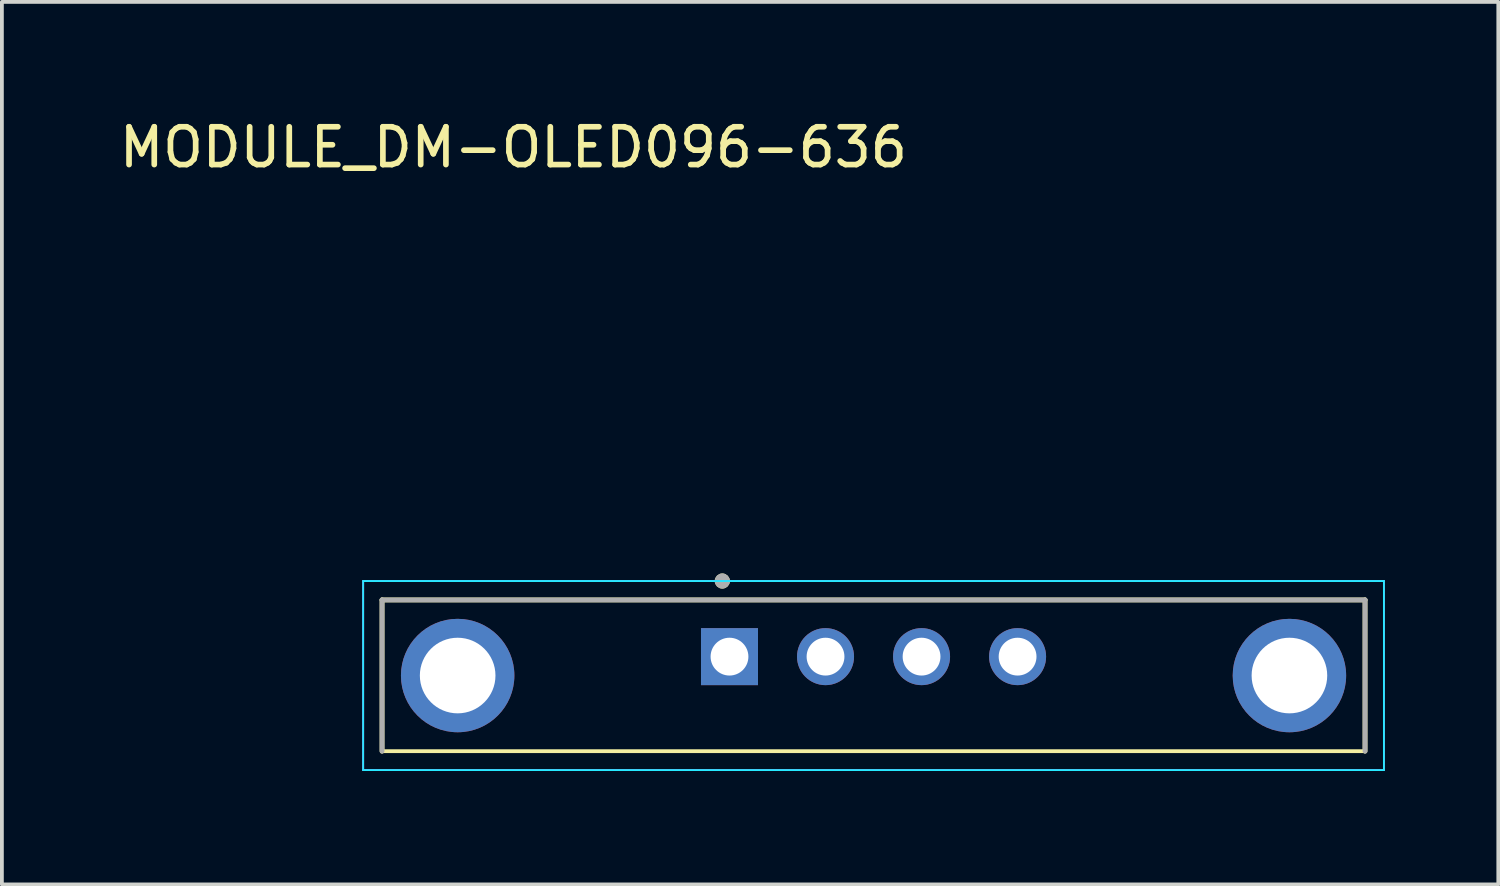
<source format=kicad_pcb>
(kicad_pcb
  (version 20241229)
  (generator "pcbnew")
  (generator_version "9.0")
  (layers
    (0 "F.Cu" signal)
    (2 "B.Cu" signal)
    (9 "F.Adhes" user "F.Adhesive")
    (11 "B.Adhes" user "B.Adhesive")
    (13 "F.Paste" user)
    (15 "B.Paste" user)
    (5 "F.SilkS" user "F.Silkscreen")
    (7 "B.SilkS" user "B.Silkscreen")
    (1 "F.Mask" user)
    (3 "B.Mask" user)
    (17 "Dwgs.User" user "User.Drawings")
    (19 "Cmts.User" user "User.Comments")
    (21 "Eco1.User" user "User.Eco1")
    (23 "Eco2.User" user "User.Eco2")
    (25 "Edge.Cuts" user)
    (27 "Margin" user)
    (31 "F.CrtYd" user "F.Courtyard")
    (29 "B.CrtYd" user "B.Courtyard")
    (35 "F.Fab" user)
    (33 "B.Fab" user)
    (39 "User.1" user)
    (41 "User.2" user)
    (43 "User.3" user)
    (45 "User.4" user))
  (footprint "MODULE_DM-OLED096-636"
    (layer "F.Cu")
    (at 20.055 14.818)
    (property "Reference" "MODULE_DM-OLED096-636" (at -9.525 -13.97 0) (layer "F.SilkS") (effects (font (size 1 1) (thickness 0.15))))
    (attr through_hole)
    (fp_line (start -13 -2) (end 13 -2) (stroke (width 0.127) (type solid)) (layer "F.SilkS"))
    (fp_line (start -13 2) (end -13 -2) (stroke (width 0.127) (type solid)) (layer "F.SilkS"))
    (fp_line (start -13 2) (end 13 2) (stroke (width 0.1) (type default)) (layer "F.SilkS"))
    (fp_line (start 13 -2) (end 13 2) (stroke (width 0.127) (type solid)) (layer "F.SilkS"))
    (fp_circle (center -4 -2.5) (end -3.9 -2.5) (stroke (width 0.2) (type solid)) (fill no) (layer "F.SilkS"))
    (fp_line (start -13.5 -2.5) (end -13.5 2.5) (stroke (width 0.05) (type default)) (layer "B.CrtYd"))
    (fp_line (start -13.5 -2.5) (end 13.5 -2.5) (stroke (width 0.05) (type default)) (layer "B.CrtYd"))
    (fp_line (start 13.5 -2.5) (end 13.5 2.5) (stroke (width 0.05) (type default)) (layer "B.CrtYd"))
    (fp_line (start 13.5 2.5) (end -13.5 2.5) (stroke (width 0.05) (type default)) (layer "B.CrtYd"))
    (fp_line (start -13.5 -2.5) (end -13.5 2.5) (stroke (width 0.05) (type default)) (layer "F.CrtYd"))
    (fp_line (start -13.5 2.5) (end 13.5 2.5) (stroke (width 0.05) (type default)) (layer "F.CrtYd"))
    (fp_line (start 13.5 -2.5) (end -13.5 -2.5) (stroke (width 0.05) (type default)) (layer "F.CrtYd"))
    (fp_line (start 13.5 -2.5) (end 13.5 2.5) (stroke (width 0.05) (type default)) (layer "F.CrtYd"))
    (fp_line (start -13 -2) (end 13 -2) (stroke (width 0.127) (type solid)) (layer "F.Fab"))
    (fp_line (start -13 2) (end -13 -2) (stroke (width 0.127) (type solid)) (layer "F.Fab"))
    (fp_line (start 13 -2) (end 13 2) (stroke (width 0.127) (type solid)) (layer "F.Fab"))
    (fp_circle (center -4 -2.5) (end -3.9 -2.5) (stroke (width 0.2) (type solid)) (fill no) (layer "F.Fab"))
    (pad "1" thru_hole rect (at -3.81 -0.5) (size 1.508 1.508) (drill 1) (layers "*.Cu" "*.Mask"))
    (pad "2" thru_hole circle (at -1.27 -0.5) (size 1.508 1.508) (drill 1) (layers "*.Cu" "*.Mask"))
    (pad "3" thru_hole circle (at 1.27 -0.5) (size 1.508 1.508) (drill 1) (layers "*.Cu" "*.Mask"))
    (pad "4" thru_hole circle (at 3.81 -0.5) (size 1.508 1.508) (drill 1) (layers "*.Cu" "*.Mask"))
    (pad "S1" thru_hole circle (at -11 0) (size 3 3) (drill 2) (layers "*.Cu" "*.Mask"))
    (pad "S2" thru_hole circle (at 11 0) (size 3 3) (drill 2) (layers "*.Cu" "*.Mask")))
  (gr_rect
    (start -3 -3)
    (end 36.58 20.343)
    (stroke (width 0.1) (type default))
    (fill no)
    (layer "Edge.Cuts")))
</source>
